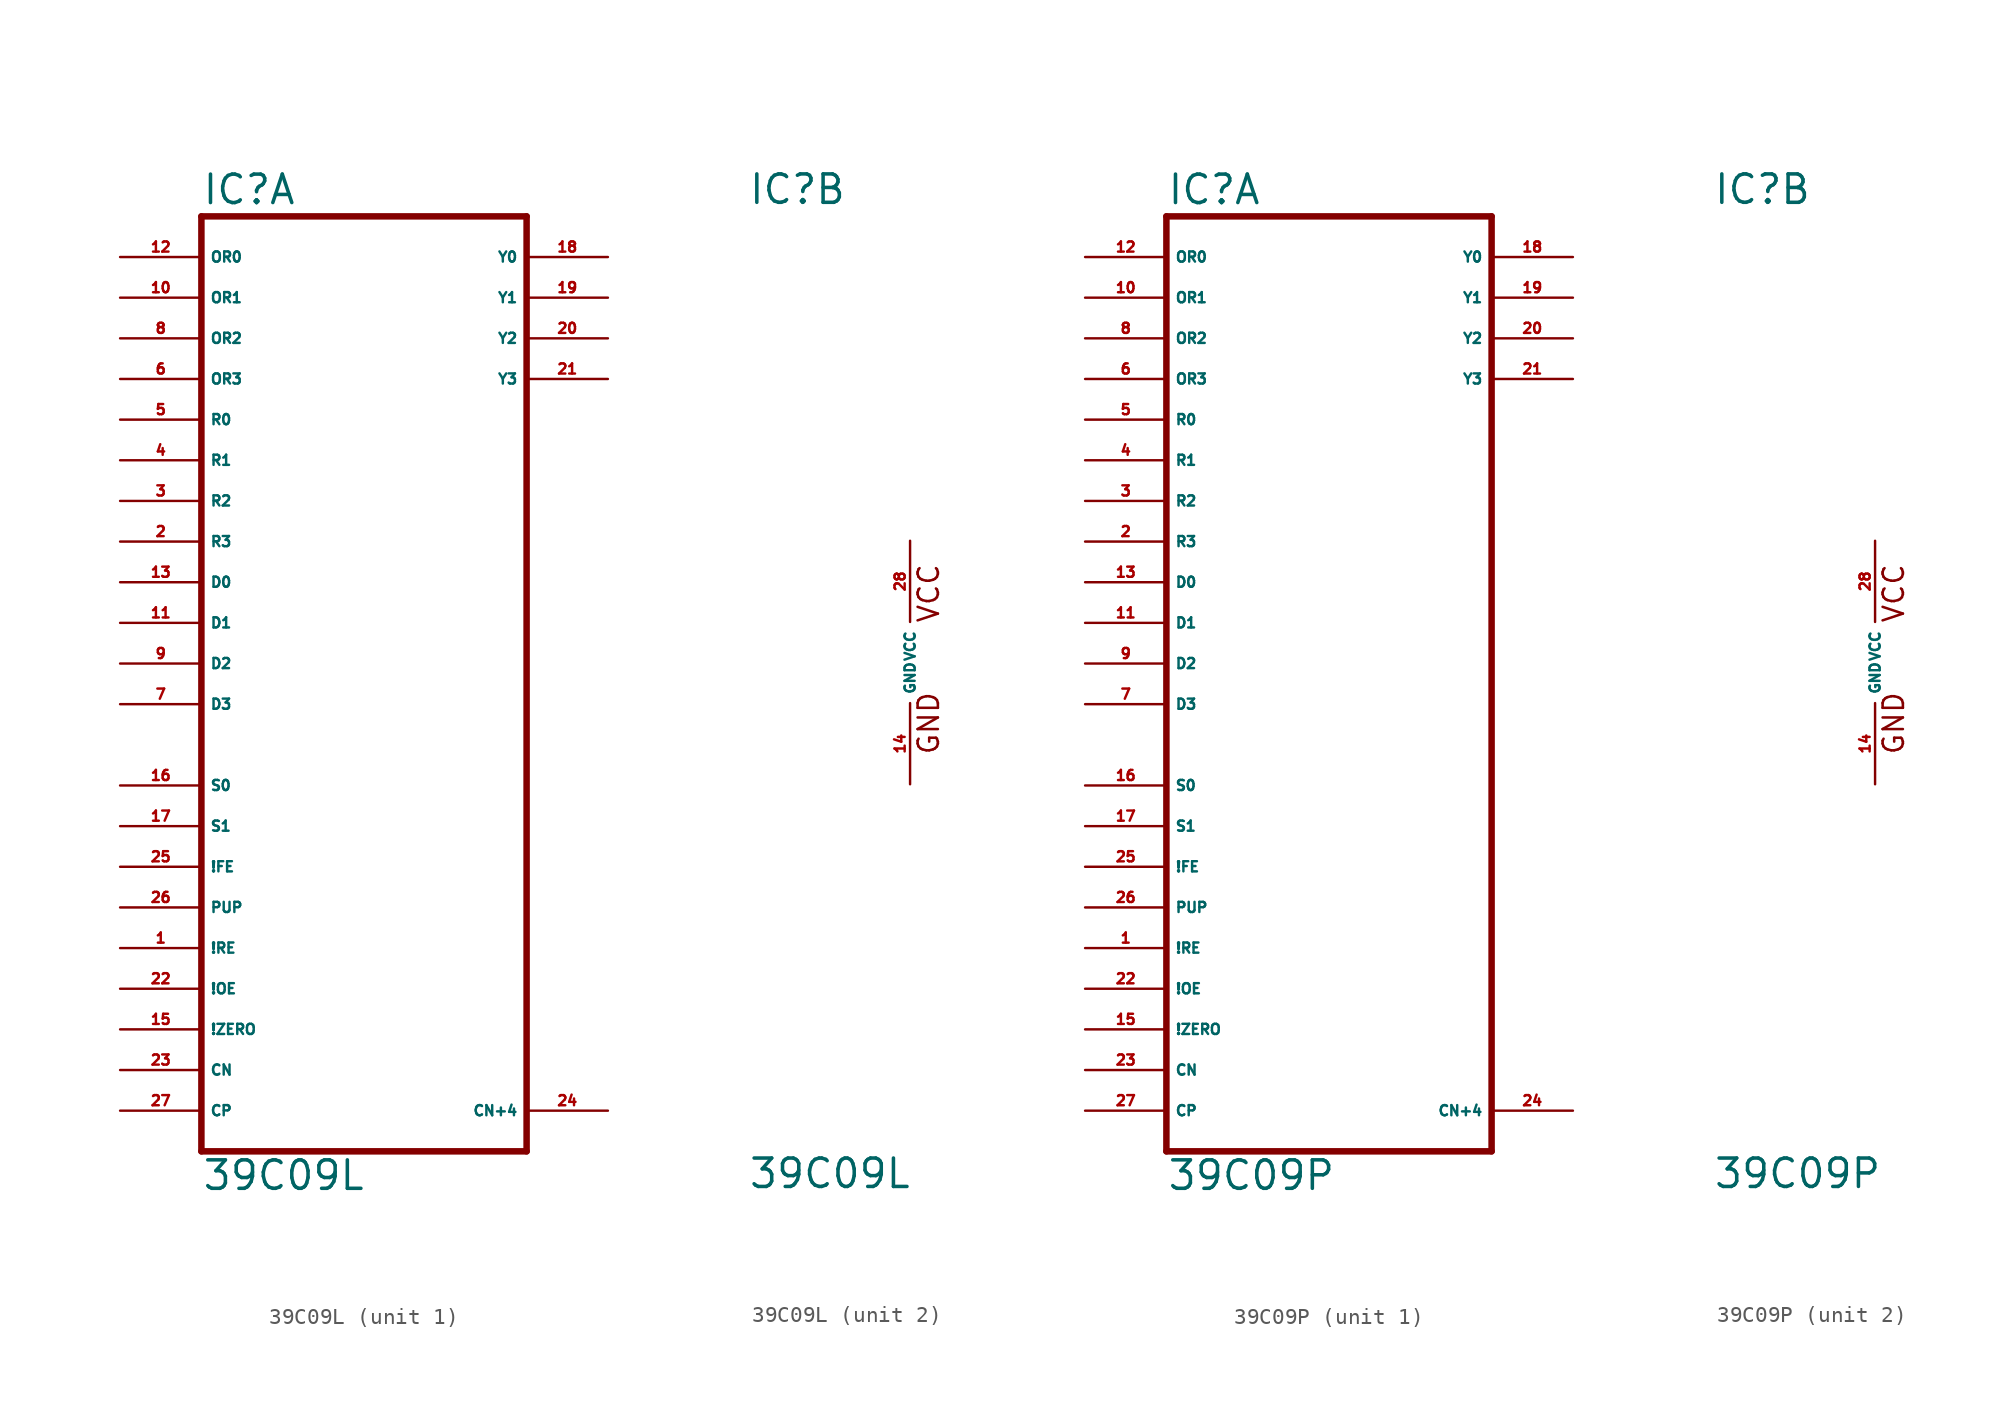
<source format=kicad_sym>
(kicad_symbol_lib
  (version 20220914)
  (generator Eagle2Kicad)
  (symbol "39C09L"
    (property "Reference" "IC"
      (at -10.16 28.575 0)
      (effects (font (size 1.778 1.778) (thickness 0.22)) (justify left bottom)))
    (property "Value" "39C09L"
      (at -10.16 -33.02 0)
      (effects (font (size 1.778 1.778) (thickness 0.22)) (justify left bottom)))
    (symbol "39C09L_1_0"
      (polyline (pts (xy -10.16 -30.48) (xy 10.16 -30.48)) (stroke (width 0.406) (type default)) (fill (type none)))
      (polyline (pts (xy 10.16 -30.48) (xy 10.16 27.94)) (stroke (width 0.406) (type default)) (fill (type none)))
      (polyline (pts (xy 10.16 27.94) (xy -10.16 27.94)) (stroke (width 0.406) (type default)) (fill (type none)))
      (polyline (pts (xy -10.16 27.94) (xy -10.16 -30.48)) (stroke (width 0.406) (type default)) (fill (type none)))
      (pin input line (at -15.24 25.4 0) (length 5.08) (name "OR0" (effects (font (size 0.635 0.635) (thickness 0.08)) (justify left bottom))) (number "12" (effects (font (size 0.635 0.635) (thickness 0.08)) (justify left bottom))))
      (pin input line (at -15.24 22.86 0) (length 5.08) (name "OR1" (effects (font (size 0.635 0.635) (thickness 0.08)) (justify left bottom))) (number "10" (effects (font (size 0.635 0.635) (thickness 0.08)) (justify left bottom))))
      (pin input line (at -15.24 20.32 0) (length 5.08) (name "OR2" (effects (font (size 0.635 0.635) (thickness 0.08)) (justify left bottom))) (number "8" (effects (font (size 0.635 0.635) (thickness 0.08)) (justify left bottom))))
      (pin input line (at -15.24 17.78 0) (length 5.08) (name "OR3" (effects (font (size 0.635 0.635) (thickness 0.08)) (justify left bottom))) (number "6" (effects (font (size 0.635 0.635) (thickness 0.08)) (justify left bottom))))
      (pin input line (at -15.24 15.24 0) (length 5.08) (name "R0" (effects (font (size 0.635 0.635) (thickness 0.08)) (justify left bottom))) (number "5" (effects (font (size 0.635 0.635) (thickness 0.08)) (justify left bottom))))
      (pin input line (at -15.24 12.7 0) (length 5.08) (name "R1" (effects (font (size 0.635 0.635) (thickness 0.08)) (justify left bottom))) (number "4" (effects (font (size 0.635 0.635) (thickness 0.08)) (justify left bottom))))
      (pin input line (at -15.24 10.16 0) (length 5.08) (name "R2" (effects (font (size 0.635 0.635) (thickness 0.08)) (justify left bottom))) (number "3" (effects (font (size 0.635 0.635) (thickness 0.08)) (justify left bottom))))
      (pin input line (at -15.24 7.62 0) (length 5.08) (name "R3" (effects (font (size 0.635 0.635) (thickness 0.08)) (justify left bottom))) (number "2" (effects (font (size 0.635 0.635) (thickness 0.08)) (justify left bottom))))
      (pin input line (at -15.24 5.08 0) (length 5.08) (name "D0" (effects (font (size 0.635 0.635) (thickness 0.08)) (justify left bottom))) (number "13" (effects (font (size 0.635 0.635) (thickness 0.08)) (justify left bottom))))
      (pin input line (at -15.24 2.54 0) (length 5.08) (name "D1" (effects (font (size 0.635 0.635) (thickness 0.08)) (justify left bottom))) (number "11" (effects (font (size 0.635 0.635) (thickness 0.08)) (justify left bottom))))
      (pin input line (at -15.24 0 0) (length 5.08) (name "D2" (effects (font (size 0.635 0.635) (thickness 0.08)) (justify left bottom))) (number "9" (effects (font (size 0.635 0.635) (thickness 0.08)) (justify left bottom))))
      (pin input line (at -15.24 -2.54 0) (length 5.08) (name "D3" (effects (font (size 0.635 0.635) (thickness 0.08)) (justify left bottom))) (number "7" (effects (font (size 0.635 0.635) (thickness 0.08)) (justify left bottom))))
      (pin input line (at -15.24 -7.62 0) (length 5.08) (name "S0" (effects (font (size 0.635 0.635) (thickness 0.08)) (justify left bottom))) (number "16" (effects (font (size 0.635 0.635) (thickness 0.08)) (justify left bottom))))
      (pin input line (at -15.24 -10.16 0) (length 5.08) (name "S1" (effects (font (size 0.635 0.635) (thickness 0.08)) (justify left bottom))) (number "17" (effects (font (size 0.635 0.635) (thickness 0.08)) (justify left bottom))))
      (pin input line (at -15.24 -12.7 0) (length 5.08) (name "!FE" (effects (font (size 0.635 0.635) (thickness 0.08)) (justify left bottom))) (number "25" (effects (font (size 0.635 0.635) (thickness 0.08)) (justify left bottom))))
      (pin input line (at -15.24 -17.78 0) (length 5.08) (name "!RE" (effects (font (size 0.635 0.635) (thickness 0.08)) (justify left bottom))) (number "1" (effects (font (size 0.635 0.635) (thickness 0.08)) (justify left bottom))))
      (pin input line (at -15.24 -20.32 0) (length 5.08) (name "!OE" (effects (font (size 0.635 0.635) (thickness 0.08)) (justify left bottom))) (number "22" (effects (font (size 0.635 0.635) (thickness 0.08)) (justify left bottom))))
      (pin input line (at -15.24 -22.86 0) (length 5.08) (name "!ZERO" (effects (font (size 0.635 0.635) (thickness 0.08)) (justify left bottom))) (number "15" (effects (font (size 0.635 0.635) (thickness 0.08)) (justify left bottom))))
      (pin input line (at -15.24 -25.4 0) (length 5.08) (name "CN" (effects (font (size 0.635 0.635) (thickness 0.08)) (justify left bottom))) (number "23" (effects (font (size 0.635 0.635) (thickness 0.08)) (justify left bottom))))
      (pin output line (at 15.24 25.4 180) (length 5.08) (name "Y0" (effects (font (size 0.635 0.635) (thickness 0.08)) (justify left bottom))) (number "18" (effects (font (size 0.635 0.635) (thickness 0.08)) (justify left bottom))))
      (pin output line (at 15.24 22.86 180) (length 5.08) (name "Y1" (effects (font (size 0.635 0.635) (thickness 0.08)) (justify left bottom))) (number "19" (effects (font (size 0.635 0.635) (thickness 0.08)) (justify left bottom))))
      (pin output line (at 15.24 20.32 180) (length 5.08) (name "Y2" (effects (font (size 0.635 0.635) (thickness 0.08)) (justify left bottom))) (number "20" (effects (font (size 0.635 0.635) (thickness 0.08)) (justify left bottom))))
      (pin output line (at 15.24 17.78 180) (length 5.08) (name "Y3" (effects (font (size 0.635 0.635) (thickness 0.08)) (justify left bottom))) (number "21" (effects (font (size 0.635 0.635) (thickness 0.08)) (justify left bottom))))
      (pin output line (at 15.24 -27.94 180) (length 5.08) (name "CN+4" (effects (font (size 0.635 0.635) (thickness 0.08)) (justify left bottom))) (number "24" (effects (font (size 0.635 0.635) (thickness 0.08)) (justify left bottom))))
      (pin input line (at -15.24 -27.94 0) (length 5.08) (name "CP" (effects (font (size 0.635 0.635) (thickness 0.08)) (justify left bottom))) (number "27" (effects (font (size 0.635 0.635) (thickness 0.08)) (justify left bottom))))
      (pin input line (at -15.24 -15.24 0) (length 5.08) (name "PUP" (effects (font (size 0.635 0.635) (thickness 0.08)) (justify left bottom))) (number "26" (effects (font (size 0.635 0.635) (thickness 0.08)) (justify left bottom)))))
    (symbol "39C09L_2_0"
      (text "GND" (at 1.905 -5.842 900) (effects (font (size 1.27 1.27) (thickness 0.16)) (justify left bottom)))
      (text "VCC" (at 1.905 2.413 900) (effects (font (size 1.27 1.27) (thickness 0.16)) (justify left bottom)))
      (pin unspecified line (at 0 7.62 270) (length 5.08) (name "VCC" (effects (font (size 0.635 0.635) (thickness 0.08)) (justify left bottom))) (number "28" (effects (font (size 0.635 0.635) (thickness 0.08)) (justify left bottom))))
      (pin unspecified line (at 0 -7.62 90) (length 5.08) (name "GND" (effects (font (size 0.635 0.635) (thickness 0.08)) (justify left bottom))) (number "14" (effects (font (size 0.635 0.635) (thickness 0.08)) (justify left bottom))))))
  (symbol "39C09P"
    (property "Reference" "IC"
      (at -10.16 28.575 0)
      (effects (font (size 1.778 1.778) (thickness 0.22)) (justify left bottom)))
    (property "Value" "39C09P"
      (at -10.16 -33.02 0)
      (effects (font (size 1.778 1.778) (thickness 0.22)) (justify left bottom)))
    (symbol "39C09P_1_0"
      (polyline (pts (xy -10.16 -30.48) (xy 10.16 -30.48)) (stroke (width 0.406) (type default)) (fill (type none)))
      (polyline (pts (xy 10.16 -30.48) (xy 10.16 27.94)) (stroke (width 0.406) (type default)) (fill (type none)))
      (polyline (pts (xy 10.16 27.94) (xy -10.16 27.94)) (stroke (width 0.406) (type default)) (fill (type none)))
      (polyline (pts (xy -10.16 27.94) (xy -10.16 -30.48)) (stroke (width 0.406) (type default)) (fill (type none)))
      (pin input line (at -15.24 25.4 0) (length 5.08) (name "OR0" (effects (font (size 0.635 0.635) (thickness 0.08)) (justify left bottom))) (number "12" (effects (font (size 0.635 0.635) (thickness 0.08)) (justify left bottom))))
      (pin input line (at -15.24 22.86 0) (length 5.08) (name "OR1" (effects (font (size 0.635 0.635) (thickness 0.08)) (justify left bottom))) (number "10" (effects (font (size 0.635 0.635) (thickness 0.08)) (justify left bottom))))
      (pin input line (at -15.24 20.32 0) (length 5.08) (name "OR2" (effects (font (size 0.635 0.635) (thickness 0.08)) (justify left bottom))) (number "8" (effects (font (size 0.635 0.635) (thickness 0.08)) (justify left bottom))))
      (pin input line (at -15.24 17.78 0) (length 5.08) (name "OR3" (effects (font (size 0.635 0.635) (thickness 0.08)) (justify left bottom))) (number "6" (effects (font (size 0.635 0.635) (thickness 0.08)) (justify left bottom))))
      (pin input line (at -15.24 15.24 0) (length 5.08) (name "R0" (effects (font (size 0.635 0.635) (thickness 0.08)) (justify left bottom))) (number "5" (effects (font (size 0.635 0.635) (thickness 0.08)) (justify left bottom))))
      (pin input line (at -15.24 12.7 0) (length 5.08) (name "R1" (effects (font (size 0.635 0.635) (thickness 0.08)) (justify left bottom))) (number "4" (effects (font (size 0.635 0.635) (thickness 0.08)) (justify left bottom))))
      (pin input line (at -15.24 10.16 0) (length 5.08) (name "R2" (effects (font (size 0.635 0.635) (thickness 0.08)) (justify left bottom))) (number "3" (effects (font (size 0.635 0.635) (thickness 0.08)) (justify left bottom))))
      (pin input line (at -15.24 7.62 0) (length 5.08) (name "R3" (effects (font (size 0.635 0.635) (thickness 0.08)) (justify left bottom))) (number "2" (effects (font (size 0.635 0.635) (thickness 0.08)) (justify left bottom))))
      (pin input line (at -15.24 5.08 0) (length 5.08) (name "D0" (effects (font (size 0.635 0.635) (thickness 0.08)) (justify left bottom))) (number "13" (effects (font (size 0.635 0.635) (thickness 0.08)) (justify left bottom))))
      (pin input line (at -15.24 2.54 0) (length 5.08) (name "D1" (effects (font (size 0.635 0.635) (thickness 0.08)) (justify left bottom))) (number "11" (effects (font (size 0.635 0.635) (thickness 0.08)) (justify left bottom))))
      (pin input line (at -15.24 0 0) (length 5.08) (name "D2" (effects (font (size 0.635 0.635) (thickness 0.08)) (justify left bottom))) (number "9" (effects (font (size 0.635 0.635) (thickness 0.08)) (justify left bottom))))
      (pin input line (at -15.24 -2.54 0) (length 5.08) (name "D3" (effects (font (size 0.635 0.635) (thickness 0.08)) (justify left bottom))) (number "7" (effects (font (size 0.635 0.635) (thickness 0.08)) (justify left bottom))))
      (pin input line (at -15.24 -7.62 0) (length 5.08) (name "S0" (effects (font (size 0.635 0.635) (thickness 0.08)) (justify left bottom))) (number "16" (effects (font (size 0.635 0.635) (thickness 0.08)) (justify left bottom))))
      (pin input line (at -15.24 -10.16 0) (length 5.08) (name "S1" (effects (font (size 0.635 0.635) (thickness 0.08)) (justify left bottom))) (number "17" (effects (font (size 0.635 0.635) (thickness 0.08)) (justify left bottom))))
      (pin input line (at -15.24 -12.7 0) (length 5.08) (name "!FE" (effects (font (size 0.635 0.635) (thickness 0.08)) (justify left bottom))) (number "25" (effects (font (size 0.635 0.635) (thickness 0.08)) (justify left bottom))))
      (pin input line (at -15.24 -17.78 0) (length 5.08) (name "!RE" (effects (font (size 0.635 0.635) (thickness 0.08)) (justify left bottom))) (number "1" (effects (font (size 0.635 0.635) (thickness 0.08)) (justify left bottom))))
      (pin input line (at -15.24 -20.32 0) (length 5.08) (name "!OE" (effects (font (size 0.635 0.635) (thickness 0.08)) (justify left bottom))) (number "22" (effects (font (size 0.635 0.635) (thickness 0.08)) (justify left bottom))))
      (pin input line (at -15.24 -22.86 0) (length 5.08) (name "!ZERO" (effects (font (size 0.635 0.635) (thickness 0.08)) (justify left bottom))) (number "15" (effects (font (size 0.635 0.635) (thickness 0.08)) (justify left bottom))))
      (pin input line (at -15.24 -25.4 0) (length 5.08) (name "CN" (effects (font (size 0.635 0.635) (thickness 0.08)) (justify left bottom))) (number "23" (effects (font (size 0.635 0.635) (thickness 0.08)) (justify left bottom))))
      (pin output line (at 15.24 25.4 180) (length 5.08) (name "Y0" (effects (font (size 0.635 0.635) (thickness 0.08)) (justify left bottom))) (number "18" (effects (font (size 0.635 0.635) (thickness 0.08)) (justify left bottom))))
      (pin output line (at 15.24 22.86 180) (length 5.08) (name "Y1" (effects (font (size 0.635 0.635) (thickness 0.08)) (justify left bottom))) (number "19" (effects (font (size 0.635 0.635) (thickness 0.08)) (justify left bottom))))
      (pin output line (at 15.24 20.32 180) (length 5.08) (name "Y2" (effects (font (size 0.635 0.635) (thickness 0.08)) (justify left bottom))) (number "20" (effects (font (size 0.635 0.635) (thickness 0.08)) (justify left bottom))))
      (pin output line (at 15.24 17.78 180) (length 5.08) (name "Y3" (effects (font (size 0.635 0.635) (thickness 0.08)) (justify left bottom))) (number "21" (effects (font (size 0.635 0.635) (thickness 0.08)) (justify left bottom))))
      (pin output line (at 15.24 -27.94 180) (length 5.08) (name "CN+4" (effects (font (size 0.635 0.635) (thickness 0.08)) (justify left bottom))) (number "24" (effects (font (size 0.635 0.635) (thickness 0.08)) (justify left bottom))))
      (pin input line (at -15.24 -27.94 0) (length 5.08) (name "CP" (effects (font (size 0.635 0.635) (thickness 0.08)) (justify left bottom))) (number "27" (effects (font (size 0.635 0.635) (thickness 0.08)) (justify left bottom))))
      (pin input line (at -15.24 -15.24 0) (length 5.08) (name "PUP" (effects (font (size 0.635 0.635) (thickness 0.08)) (justify left bottom))) (number "26" (effects (font (size 0.635 0.635) (thickness 0.08)) (justify left bottom)))))
    (symbol "39C09P_2_0"
      (text "GND" (at 1.905 -5.842 900) (effects (font (size 1.27 1.27) (thickness 0.16)) (justify left bottom)))
      (text "VCC" (at 1.905 2.413 900) (effects (font (size 1.27 1.27) (thickness 0.16)) (justify left bottom)))
      (pin unspecified line (at 0 7.62 270) (length 5.08) (name "VCC" (effects (font (size 0.635 0.635) (thickness 0.08)) (justify left bottom))) (number "28" (effects (font (size 0.635 0.635) (thickness 0.08)) (justify left bottom))))
      (pin unspecified line (at 0 -7.62 90) (length 5.08) (name "GND" (effects (font (size 0.635 0.635) (thickness 0.08)) (justify left bottom))) (number "14" (effects (font (size 0.635 0.635) (thickness 0.08)) (justify left bottom)))))))
</source>
